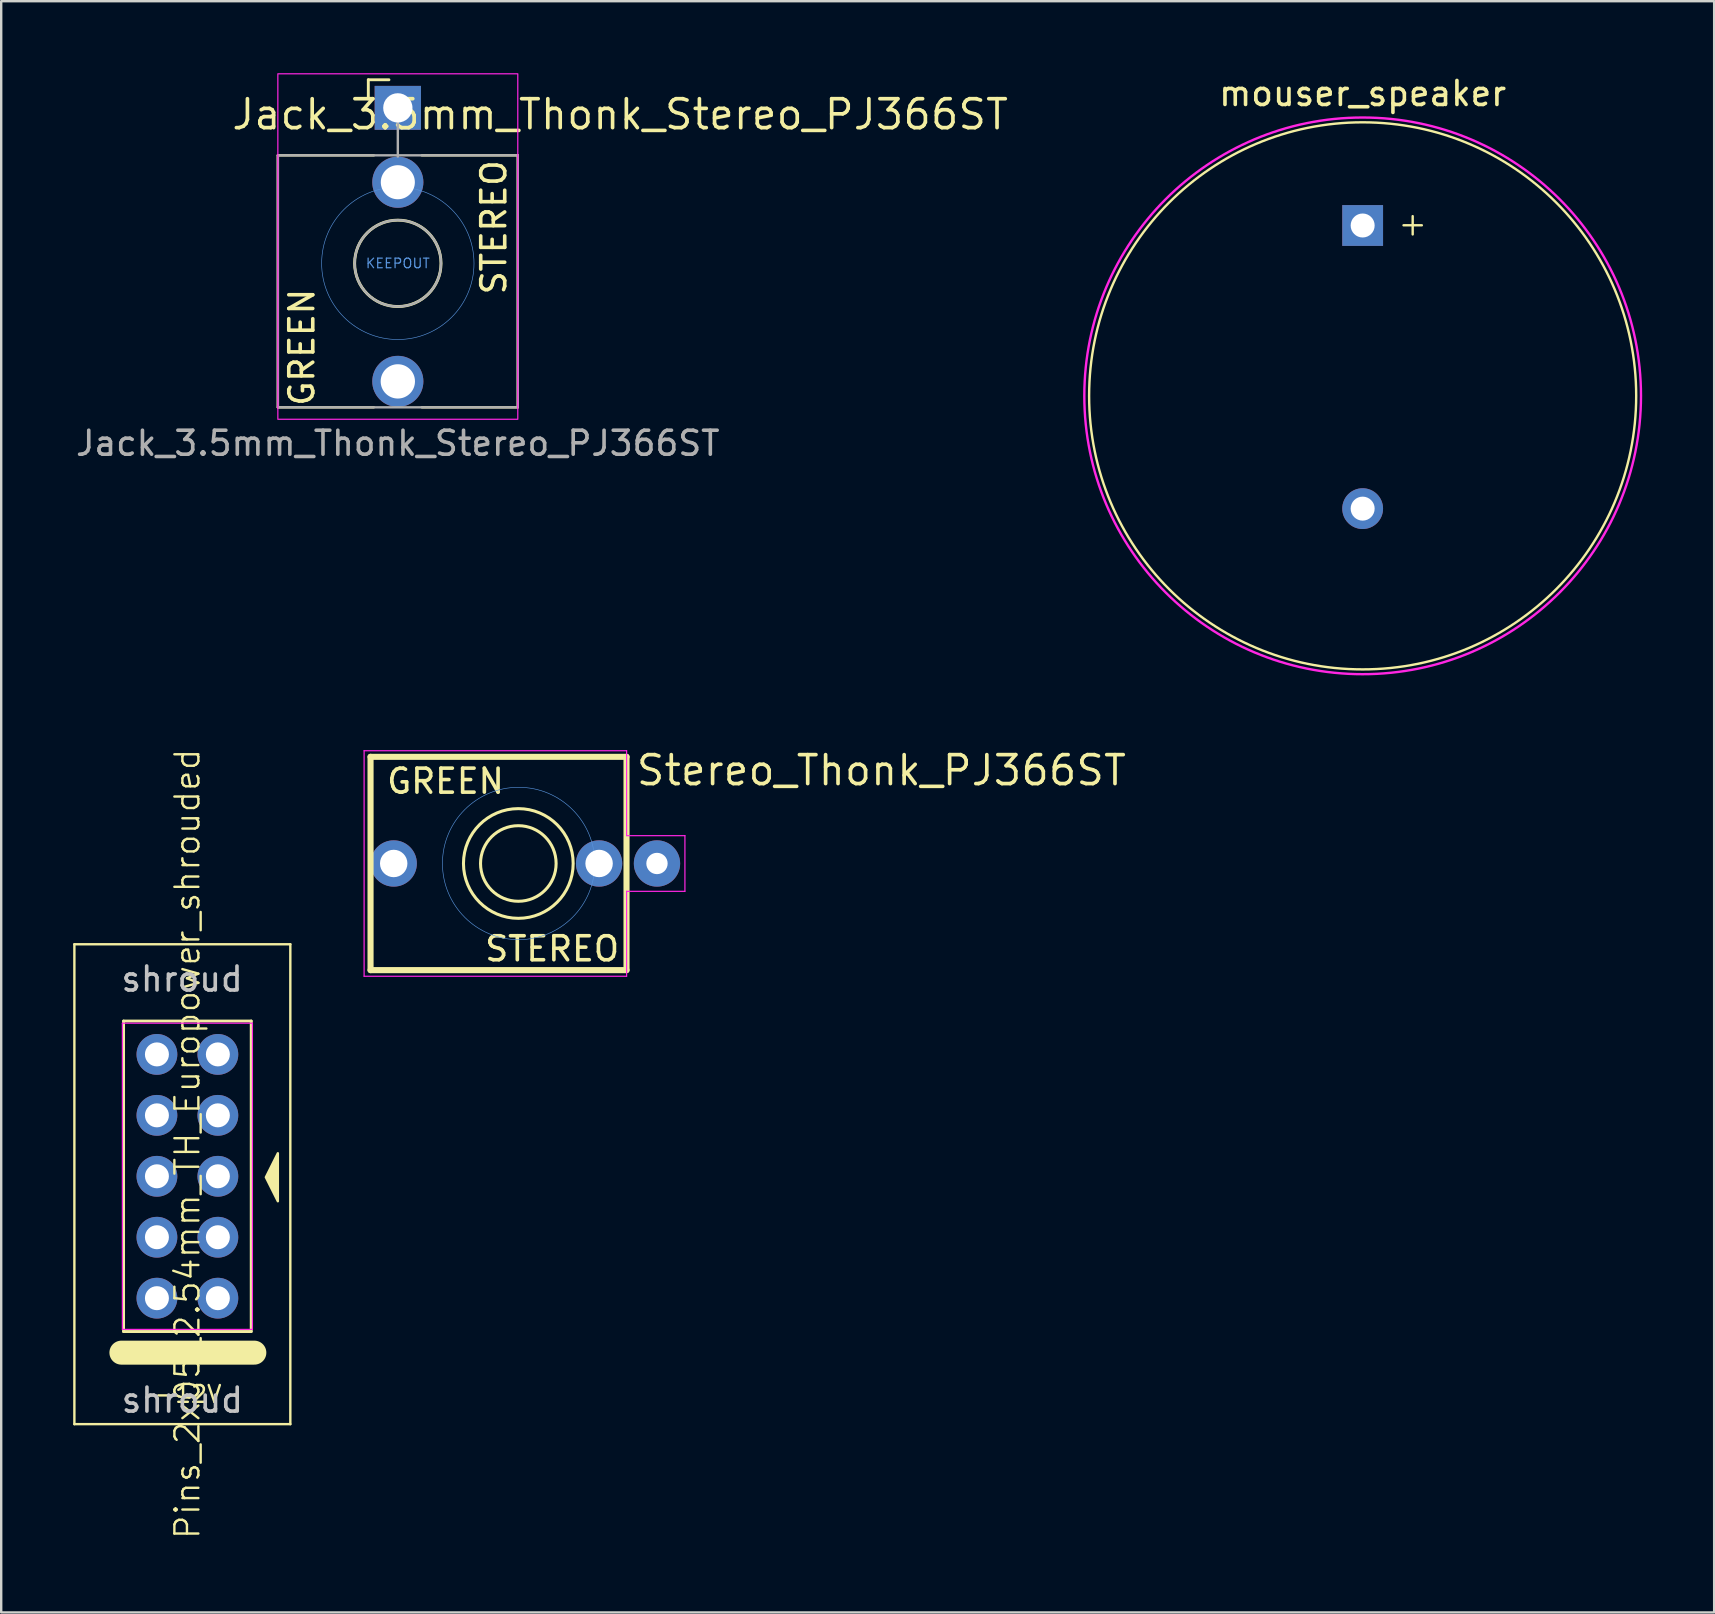
<source format=kicad_pcb>
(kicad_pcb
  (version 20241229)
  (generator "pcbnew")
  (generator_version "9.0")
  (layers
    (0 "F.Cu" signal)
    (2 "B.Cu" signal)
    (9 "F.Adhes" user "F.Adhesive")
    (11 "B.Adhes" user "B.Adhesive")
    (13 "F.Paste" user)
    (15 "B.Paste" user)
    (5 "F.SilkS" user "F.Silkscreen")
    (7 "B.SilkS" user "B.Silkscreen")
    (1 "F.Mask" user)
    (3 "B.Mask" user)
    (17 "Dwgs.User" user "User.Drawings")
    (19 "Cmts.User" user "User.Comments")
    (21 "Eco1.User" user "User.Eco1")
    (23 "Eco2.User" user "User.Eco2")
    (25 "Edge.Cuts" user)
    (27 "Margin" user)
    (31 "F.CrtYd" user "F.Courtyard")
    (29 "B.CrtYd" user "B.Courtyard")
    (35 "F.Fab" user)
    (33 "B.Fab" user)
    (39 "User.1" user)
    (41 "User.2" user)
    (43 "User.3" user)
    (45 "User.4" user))
  (footprint "mouser_speaker"
    (layer "F.Cu")
    (at 53.741 13.448)
    (property "Reference" "mouser_speaker" (at 0 -12.6 0) (layer "F.SilkS") (effects (font (size 1 1) (thickness 0.15))))
    (attr through_hole dnp)
    (fp_circle (center 0 0) (end 11.4 0) (stroke (width 0.1) (type default)) (fill no) (layer "F.SilkS"))
    (fp_circle (center 0 0) (end 11.6 0) (stroke (width 0.1) (type default)) (fill no) (layer "F.CrtYd"))
    (fp_text user "+" (at 1.4 -6.6 0) (unlocked yes) (layer "F.SilkS") (effects (font (size 1 1) (thickness 0.1)) (justify left bottom)))
    (pad "1" thru_hole rect (at 0 -7.1) (size 1.7 1.7) (drill 1) (layers "*.Cu" "*.Mask"))
    (pad "2" thru_hole oval (at 0 4.7) (size 1.7 1.7) (drill 1) (layers "*.Cu" "*.Mask")))
  (footprint "Stereo_Thonk_PJ366ST"
    (layer "F.Cu")
    (at 18.565 32.937)
    (property "Reference" "Stereo_Thonk_PJ366ST" (at 4.826 -3.175 0) (layer "F.SilkS") (effects (font (size 1.206 1.206) (thickness 0.152)) (justify left bottom)))
    (attr through_hole)
    (fp_line (start -6.172 -4.445) (end -6.172 4.445) (stroke (width 0.254) (type solid)) (layer "F.SilkS"))
    (fp_line (start -6.172 4.445) (end 4.496 4.445) (stroke (width 0.254) (type solid)) (layer "F.SilkS"))
    (fp_line (start 4.496 -4.445) (end -6.172 -4.445) (stroke (width 0.254) (type solid)) (layer "F.SilkS"))
    (fp_line (start 4.496 4.445) (end 4.496 -4.445) (stroke (width 0.254) (type solid)) (layer "F.SilkS"))
    (fp_circle (center -0.013 0) (end 1.562 0) (stroke (width 0.127) (type solid)) (fill no) (layer "F.SilkS"))
    (fp_circle (center -0.013 0) (end 2.273 0) (stroke (width 0.127) (type solid)) (fill no) (layer "F.SilkS"))
    (fp_circle (center 0 0) (end 3.175 0) (stroke (width 0.025) (type solid)) (fill no) (layer "Cmts.User"))
    (fp_line (start -6.44 -4.7) (end -6.44 4.7) (stroke (width 0.05) (type solid)) (layer "F.CrtYd"))
    (fp_line (start -6.44 -4.7) (end 4.5 -4.7) (stroke (width 0.05) (type solid)) (layer "F.CrtYd"))
    (fp_line (start -6.44 4.7) (end 4.5 4.7) (stroke (width 0.05) (type solid)) (layer "F.CrtYd"))
    (fp_line (start 4.5 -4.7) (end 4.5 -1.16) (stroke (width 0.05) (type solid)) (layer "F.CrtYd"))
    (fp_line (start 4.5 -1.16) (end 6.93 -1.16) (stroke (width 0.05) (type solid)) (layer "F.CrtYd"))
    (fp_line (start 4.5 1.16) (end 4.5 4.7) (stroke (width 0.05) (type solid)) (layer "F.CrtYd"))
    (fp_line (start 6.93 -1.16) (end 6.93 1.16) (stroke (width 0.05) (type solid)) (layer "F.CrtYd"))
    (fp_line (start 6.93 1.16) (end 4.5 1.16) (stroke (width 0.05) (type solid)) (layer "F.CrtYd"))
    (fp_text user "STEREO" (at 1.397 3.556 0) (layer "F.SilkS") (effects (font (size 1 1) (thickness 0.15))))
    (fp_text user "GREEN" (at -3.048 -3.429 0) (layer "F.SilkS") (effects (font (size 1 1) (thickness 0.15))))
    (pad "R" thru_hole circle (at 3.353 0) (size 1.93 1.93) (drill 1.143) (layers "*.Cu" "*.Mask"))
    (pad "S" thru_hole circle (at 5.766 0) (size 1.93 1.93) (drill 0.889) (layers "*.Cu" "*.Mask"))
    (pad "T" thru_hole circle (at -5.207 0) (size 1.93 1.93) (drill 1.143) (layers "*.Cu" "*.Mask")))
  (footprint "Pins_2x05_2.54mm_TH_Europower_shrouded"
    (placed yes)
    (layer "F.Cu")
    (at 4.55 47.554)
    (property "Reference" "Pins_2x05_2.54mm_TH_Europower_shrouded" (at 0.21 -2.93 270) (layer "F.SilkS") (effects (font (size 1 1) (thickness 0.1))))
    (attr through_hole)
    (fp_line (start -4.5 -11.25) (end 4.5 -11.25) (stroke (width 0.1) (type solid)) (layer "F.SilkS"))
    (fp_line (start -4.5 8.75) (end -4.5 -11.25) (stroke (width 0.1) (type solid)) (layer "F.SilkS"))
    (fp_line (start -4.5 8.75) (end 4.5 8.75) (stroke (width 0.1) (type solid)) (layer "F.SilkS"))
    (fp_line (start -2.54 5.77) (end 3 5.77) (stroke (width 1) (type solid)) (layer "F.SilkS"))
    (fp_line (start -2.45 -8.05) (end -2.45 4.89) (stroke (width 0.12) (type solid)) (layer "F.SilkS"))
    (fp_line (start -2.45 4.89) (end 2.87 4.89) (stroke (width 0.12) (type solid)) (layer "F.SilkS"))
    (fp_line (start 2.87 -8.05) (end -2.45 -8.05) (stroke (width 0.12) (type solid)) (layer "F.SilkS"))
    (fp_line (start 2.87 4.89) (end 2.87 -8.05) (stroke (width 0.12) (type solid)) (layer "F.SilkS"))
    (fp_line (start 4.5 8.75) (end 4.5 -11.25) (stroke (width 0.1) (type solid)) (layer "F.SilkS"))
    (fp_poly (pts (xy 3.48 -1.54) (xy 3.98 -0.54) (xy 3.98 -2.54)) (stroke (width 0.1) (type solid)) (fill yes) (layer "F.SilkS"))
    (fp_line (start -2.5 -7.96) (end -2.5 4.8) (stroke (width 0.05) (type solid)) (layer "F.CrtYd"))
    (fp_line (start -2.5 4.8) (end 2.92 4.8) (stroke (width 0.05) (type solid)) (layer "F.CrtYd"))
    (fp_line (start 2.92 -7.96) (end -2.5 -7.96) (stroke (width 0.05) (type solid)) (layer "F.CrtYd"))
    (fp_line (start 2.92 4.8) (end 2.92 -7.96) (stroke (width 0.05) (type solid)) (layer "F.CrtYd"))
    (fp_text user "-12V" (at 0.23 7.5 0) (layer "F.SilkS") (effects (font (size 0.7 0.7) (thickness 0.1))))
    (fp_text user "shroud" (at 0 7.75 0) (layer "Dwgs.User") (effects (font (size 1 1) (thickness 0.15))))
    (fp_text user "shroud" (at -0.01 -9.8 0) (layer "Dwgs.User") (effects (font (size 1 1) (thickness 0.15))))
    (pad "1" thru_hole oval (at -1.06 -6.66) (size 1.7 1.7) (drill 1) (layers "*.Cu" "*.Mask"))
    (pad "2" thru_hole oval (at 1.48 -6.66) (size 1.7 1.7) (drill 1) (layers "*.Cu" "*.Mask"))
    (pad "3" thru_hole oval (at -1.06 -4.12) (size 1.7 1.7) (drill 1) (layers "*.Cu" "*.Mask"))
    (pad "4" thru_hole oval (at 1.48 -4.12) (size 1.7 1.7) (drill 1) (layers "*.Cu" "*.Mask"))
    (pad "5" thru_hole oval (at -1.06 -1.58) (size 1.7 1.7) (drill 1) (layers "*.Cu" "*.Mask"))
    (pad "6" thru_hole oval (at 1.48 -1.58) (size 1.7 1.7) (drill 1) (layers "*.Cu" "*.Mask"))
    (pad "7" thru_hole oval (at -1.06 0.96) (size 1.7 1.7) (drill 1) (layers "*.Cu" "*.Mask"))
    (pad "8" thru_hole oval (at 1.48 0.96) (size 1.7 1.7) (drill 1) (layers "*.Cu" "*.Mask"))
    (pad "9" thru_hole oval (at -1.06 3.5) (size 1.7 1.7) (drill 1) (layers "*.Cu" "*.Mask"))
    (pad "10" thru_hole oval (at 1.48 3.5) (size 1.7 1.7) (drill 1) (layers "*.Cu" "*.Mask")))
  (footprint "Jack_3.5mm_Thonk_Stereo_PJ366ST"
    (layer "F.Cu")
    (at 13.53 7.925)
    (property "Reference" "Jack_3.5mm_Thonk_Stereo_PJ366ST" (at -7 -5.5 180) (layer "F.SilkS") (effects (font (size 1.206 1.206) (thickness 0.152)) (justify left bottom)))
    (attr through_hole)
    (fp_line (start -5 -4.5) (end -1 -4.5) (stroke (width 0.1) (type default)) (layer "F.SilkS"))
    (fp_line (start -5 6) (end -5 -4.5) (stroke (width 0.1) (type default)) (layer "F.SilkS"))
    (fp_line (start -5 6) (end -1 6) (stroke (width 0.1) (type default)) (layer "F.SilkS"))
    (fp_line (start -1.23 -7.65) (end -1.23 -6.85) (stroke (width 0.12) (type solid)) (layer "F.SilkS"))
    (fp_line (start -1.23 -7.65) (end -0.37 -7.65) (stroke (width 0.12) (type solid)) (layer "F.SilkS"))
    (fp_line (start 1 -4.5) (end 5 -4.5) (stroke (width 0.1) (type default)) (layer "F.SilkS"))
    (fp_line (start 1 6) (end 5 6) (stroke (width 0.1) (type default)) (layer "F.SilkS"))
    (fp_line (start 5 -4.5) (end 5 6) (stroke (width 0.1) (type default)) (layer "F.SilkS"))
    (fp_circle (center 0 0) (end 1.8 0) (stroke (width 0.12) (type solid)) (fill no) (layer "F.SilkS"))
    (fp_circle (center 0 0) (end 3.175 0) (stroke (width 0.025) (type solid)) (fill no) (layer "Cmts.User"))
    (fp_rect (start -5 -7.9) (end 5 6.5) (stroke (width 0.05) (type solid)) (fill no) (layer "F.CrtYd"))
    (fp_line (start 0 -6.48) (end 0 -4.45) (stroke (width 0.1) (type solid)) (layer "F.Fab"))
    (fp_rect (start -5 -4.5) (end 5 6) (stroke (width 0.1) (type default)) (fill no) (layer "F.Fab"))
    (fp_circle (center 0 0) (end 1.8 0) (stroke (width 0.1) (type solid)) (fill no) (layer "F.Fab"))
    (fp_text user "GREEN" (at -4 3.5 90) (layer "F.SilkS") (effects (font (size 1 1) (thickness 0.15))))
    (fp_text user "STEREO" (at 4 -1.5 90) (layer "F.SilkS") (effects (font (size 1 1) (thickness 0.15))))
    (fp_text user "KEEPOUT" (at 0 0 0) (layer "Cmts.User") (effects (font (size 0.4 0.4) (thickness 0.051))))
    (fp_text user "${REFERENCE}" (at 0 7.5 180) (layer "F.Fab") (effects (font (size 1 1) (thickness 0.15))))
    (pad "R" thru_hole circle (at 0 -3.38 180) (size 2.13 2.13) (drill 1.42) (layers "*.Cu" "*.Mask"))
    (pad "S" thru_hole rect (at 0 -6.48 180) (size 1.93 1.83) (drill 1.22) (layers "*.Cu" "*.Mask"))
    (pad "T" thru_hole circle (at 0 4.92 180) (size 2.13 2.13) (drill 1.43) (layers "*.Cu" "*.Mask"))
    (zone (net_name "") (layer "F.Cu") (hatch full 0.508) (connect_pads) (min_thickness 0.254) (filled_areas_thickness no) (keepout (tracks not_allowed) (vias not_allowed) (pads not_allowed) (copperpour not_allowed) (footprints not_allowed)) (placement (enabled no)) (fill) (polygon (pts (xy 15.035 7.925) (xy 15.015 7.679) (xy 14.955 7.44) (xy 14.856 7.214) (xy 14.722 7.007) (xy 14.556 6.824) (xy 14.363 6.671) (xy 14.147 6.552) (xy 13.914 6.47) (xy 13.671 6.427) (xy 13.425 6.424) (xy 13.181 6.461) (xy 12.946 6.537) (xy 12.728 6.651) (xy 12.53 6.799) (xy 12.36 6.978) (xy 12.221 7.182) (xy 12.117 7.405) (xy 12.051 7.643) (xy 12.025 7.888) (xy 12.039 8.134) (xy 12.093 8.375) (xy 12.186 8.604) (xy 12.315 8.814) (xy 12.477 9) (xy 12.666 9.158) (xy 12.879 9.282) (xy 13.11 9.37) (xy 13.352 9.42) (xy 13.598 9.429) (xy 13.843 9.397) (xy 14.079 9.326) (xy 14.3 9.218) (xy 14.501 9.075) (xy 14.676 8.901) (xy 14.82 8.7) (xy 14.929 8.479) (xy 15.001 8.243) (xy 15.033 7.999)))))
  (gr_rect
    (start -3 -3)
    (end 68.391 64.151)
    (stroke (width 0.1) (type default))
    (fill no)
    (layer "Edge.Cuts")))
</source>
